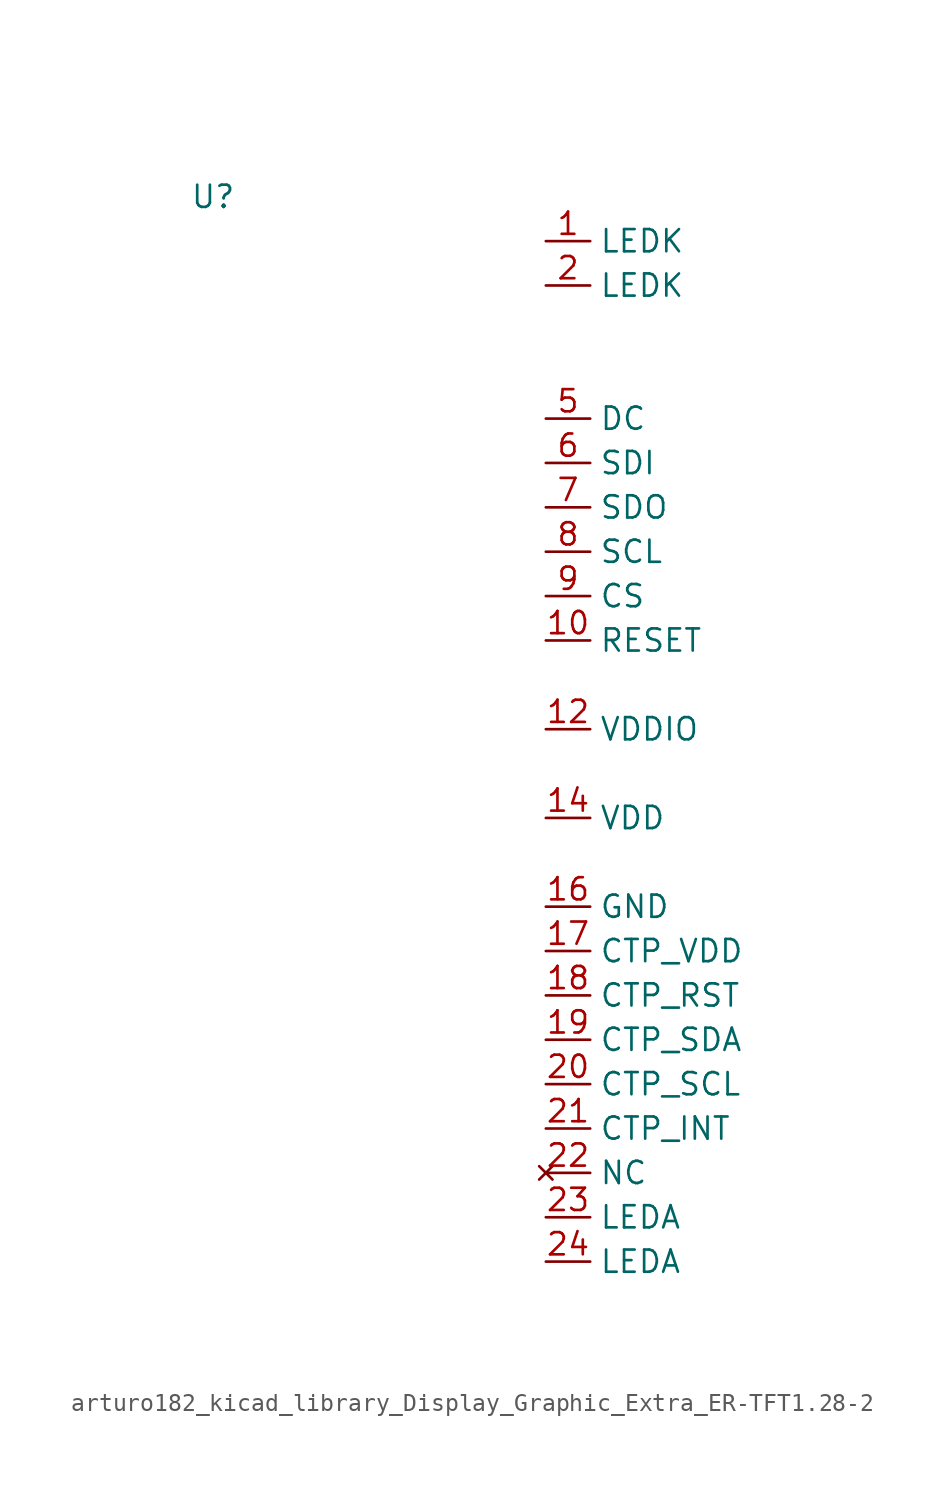
<source format=kicad_sym>
(kicad_symbol_lib
  (version 20220914)
  (generator kicad_symbol_editor)
  (symbol "arturo182_kicad_library_Display_Graphic_Extra_ER-TFT1.28-2"
    (property "Reference" "U"
      (at -19.05 2.54 0)
      (effects (font (size 1.27 1.27))))
    (property "Value" ""
      (at 0 0 0)
      (effects (font (size 1.27 1.27))))
    (symbol "arturo182_kicad_library_Display_Graphic_Extra_ER-TFT1.28-2_0_0"
      (pin unspecified line (at 0 0 0) (length 2.54) (name "LEDK" (effects (font (size 1.27 1.27)))) (number "1" (effects (font (size 1.27 1.27)))))
      (pin unspecified line (at 0 -22.86 0) (length 2.54) (name "RESET" (effects (font (size 1.27 1.27)))) (number "10" (effects (font (size 1.27 1.27)))))
      (pin passive line (at 0 -25.4 0) (length 2.54) hide (name "VDDIO" (effects (font (size 1.27 1.27)))) (number "11" (effects (font (size 1.27 1.27)))))
      (pin power_in line (at 0 -27.94 0) (length 2.54) (name "VDDIO" (effects (font (size 1.27 1.27)))) (number "12" (effects (font (size 1.27 1.27)))))
      (pin passive line (at 0 -30.48 0) (length 2.54) hide (name "VDD" (effects (font (size 1.27 1.27)))) (number "13" (effects (font (size 1.27 1.27)))))
      (pin power_in line (at 0 -33.02 0) (length 2.54) (name "VDD" (effects (font (size 1.27 1.27)))) (number "14" (effects (font (size 1.27 1.27)))))
      (pin passive line (at 0 -35.56 0) (length 2.54) hide (name "GND" (effects (font (size 1.27 1.27)))) (number "15" (effects (font (size 1.27 1.27)))))
      (pin power_in line (at 0 -38.1 0) (length 2.54) (name "GND" (effects (font (size 1.27 1.27)))) (number "16" (effects (font (size 1.27 1.27)))))
      (pin power_in line (at 0 -40.64 0) (length 2.54) (name "CTP_VDD" (effects (font (size 1.27 1.27)))) (number "17" (effects (font (size 1.27 1.27)))))
      (pin unspecified line (at 0 -43.18 0) (length 2.54) (name "CTP_RST" (effects (font (size 1.27 1.27)))) (number "18" (effects (font (size 1.27 1.27)))))
      (pin unspecified line (at 0 -45.72 0) (length 2.54) (name "CTP_SDA" (effects (font (size 1.27 1.27)))) (number "19" (effects (font (size 1.27 1.27)))))
      (pin unspecified line (at 0 -2.54 0) (length 2.54) (name "LEDK" (effects (font (size 1.27 1.27)))) (number "2" (effects (font (size 1.27 1.27)))))
      (pin unspecified line (at 0 -48.26 0) (length 2.54) (name "CTP_SCL" (effects (font (size 1.27 1.27)))) (number "20" (effects (font (size 1.27 1.27)))))
      (pin unspecified line (at 0 -50.8 0) (length 2.54) (name "CTP_INT" (effects (font (size 1.27 1.27)))) (number "21" (effects (font (size 1.27 1.27)))))
      (pin no_connect line (at 0 -53.34 0) (length 2.54) (name "NC" (effects (font (size 1.27 1.27)))) (number "22" (effects (font (size 1.27 1.27)))))
      (pin unspecified line (at 0 -55.88 0) (length 2.54) (name "LEDA" (effects (font (size 1.27 1.27)))) (number "23" (effects (font (size 1.27 1.27)))))
      (pin unspecified line (at 0 -58.42 0) (length 2.54) (name "LEDA" (effects (font (size 1.27 1.27)))) (number "24" (effects (font (size 1.27 1.27)))))
      (pin passive line (at 0 -5.08 0) (length 2.54) hide (name "GND" (effects (font (size 1.27 1.27)))) (number "3" (effects (font (size 1.27 1.27)))))
      (pin passive line (at 0 -7.62 0) (length 2.54) hide (name "GND" (effects (font (size 1.27 1.27)))) (number "4" (effects (font (size 1.27 1.27)))))
      (pin unspecified line (at 0 -10.16 0) (length 2.54) (name "DC" (effects (font (size 1.27 1.27)))) (number "5" (effects (font (size 1.27 1.27)))))
      (pin unspecified line (at 0 -12.7 0) (length 2.54) (name "SDI" (effects (font (size 1.27 1.27)))) (number "6" (effects (font (size 1.27 1.27)))))
      (pin unspecified line (at 0 -15.24 0) (length 2.54) (name "SDO" (effects (font (size 1.27 1.27)))) (number "7" (effects (font (size 1.27 1.27)))))
      (pin unspecified line (at 0 -17.78 0) (length 2.54) (name "SCL" (effects (font (size 1.27 1.27)))) (number "8" (effects (font (size 1.27 1.27)))))
      (pin unspecified line (at 0 -20.32 0) (length 2.54) (name "CS" (effects (font (size 1.27 1.27)))) (number "9" (effects (font (size 1.27 1.27))))))))
</source>
